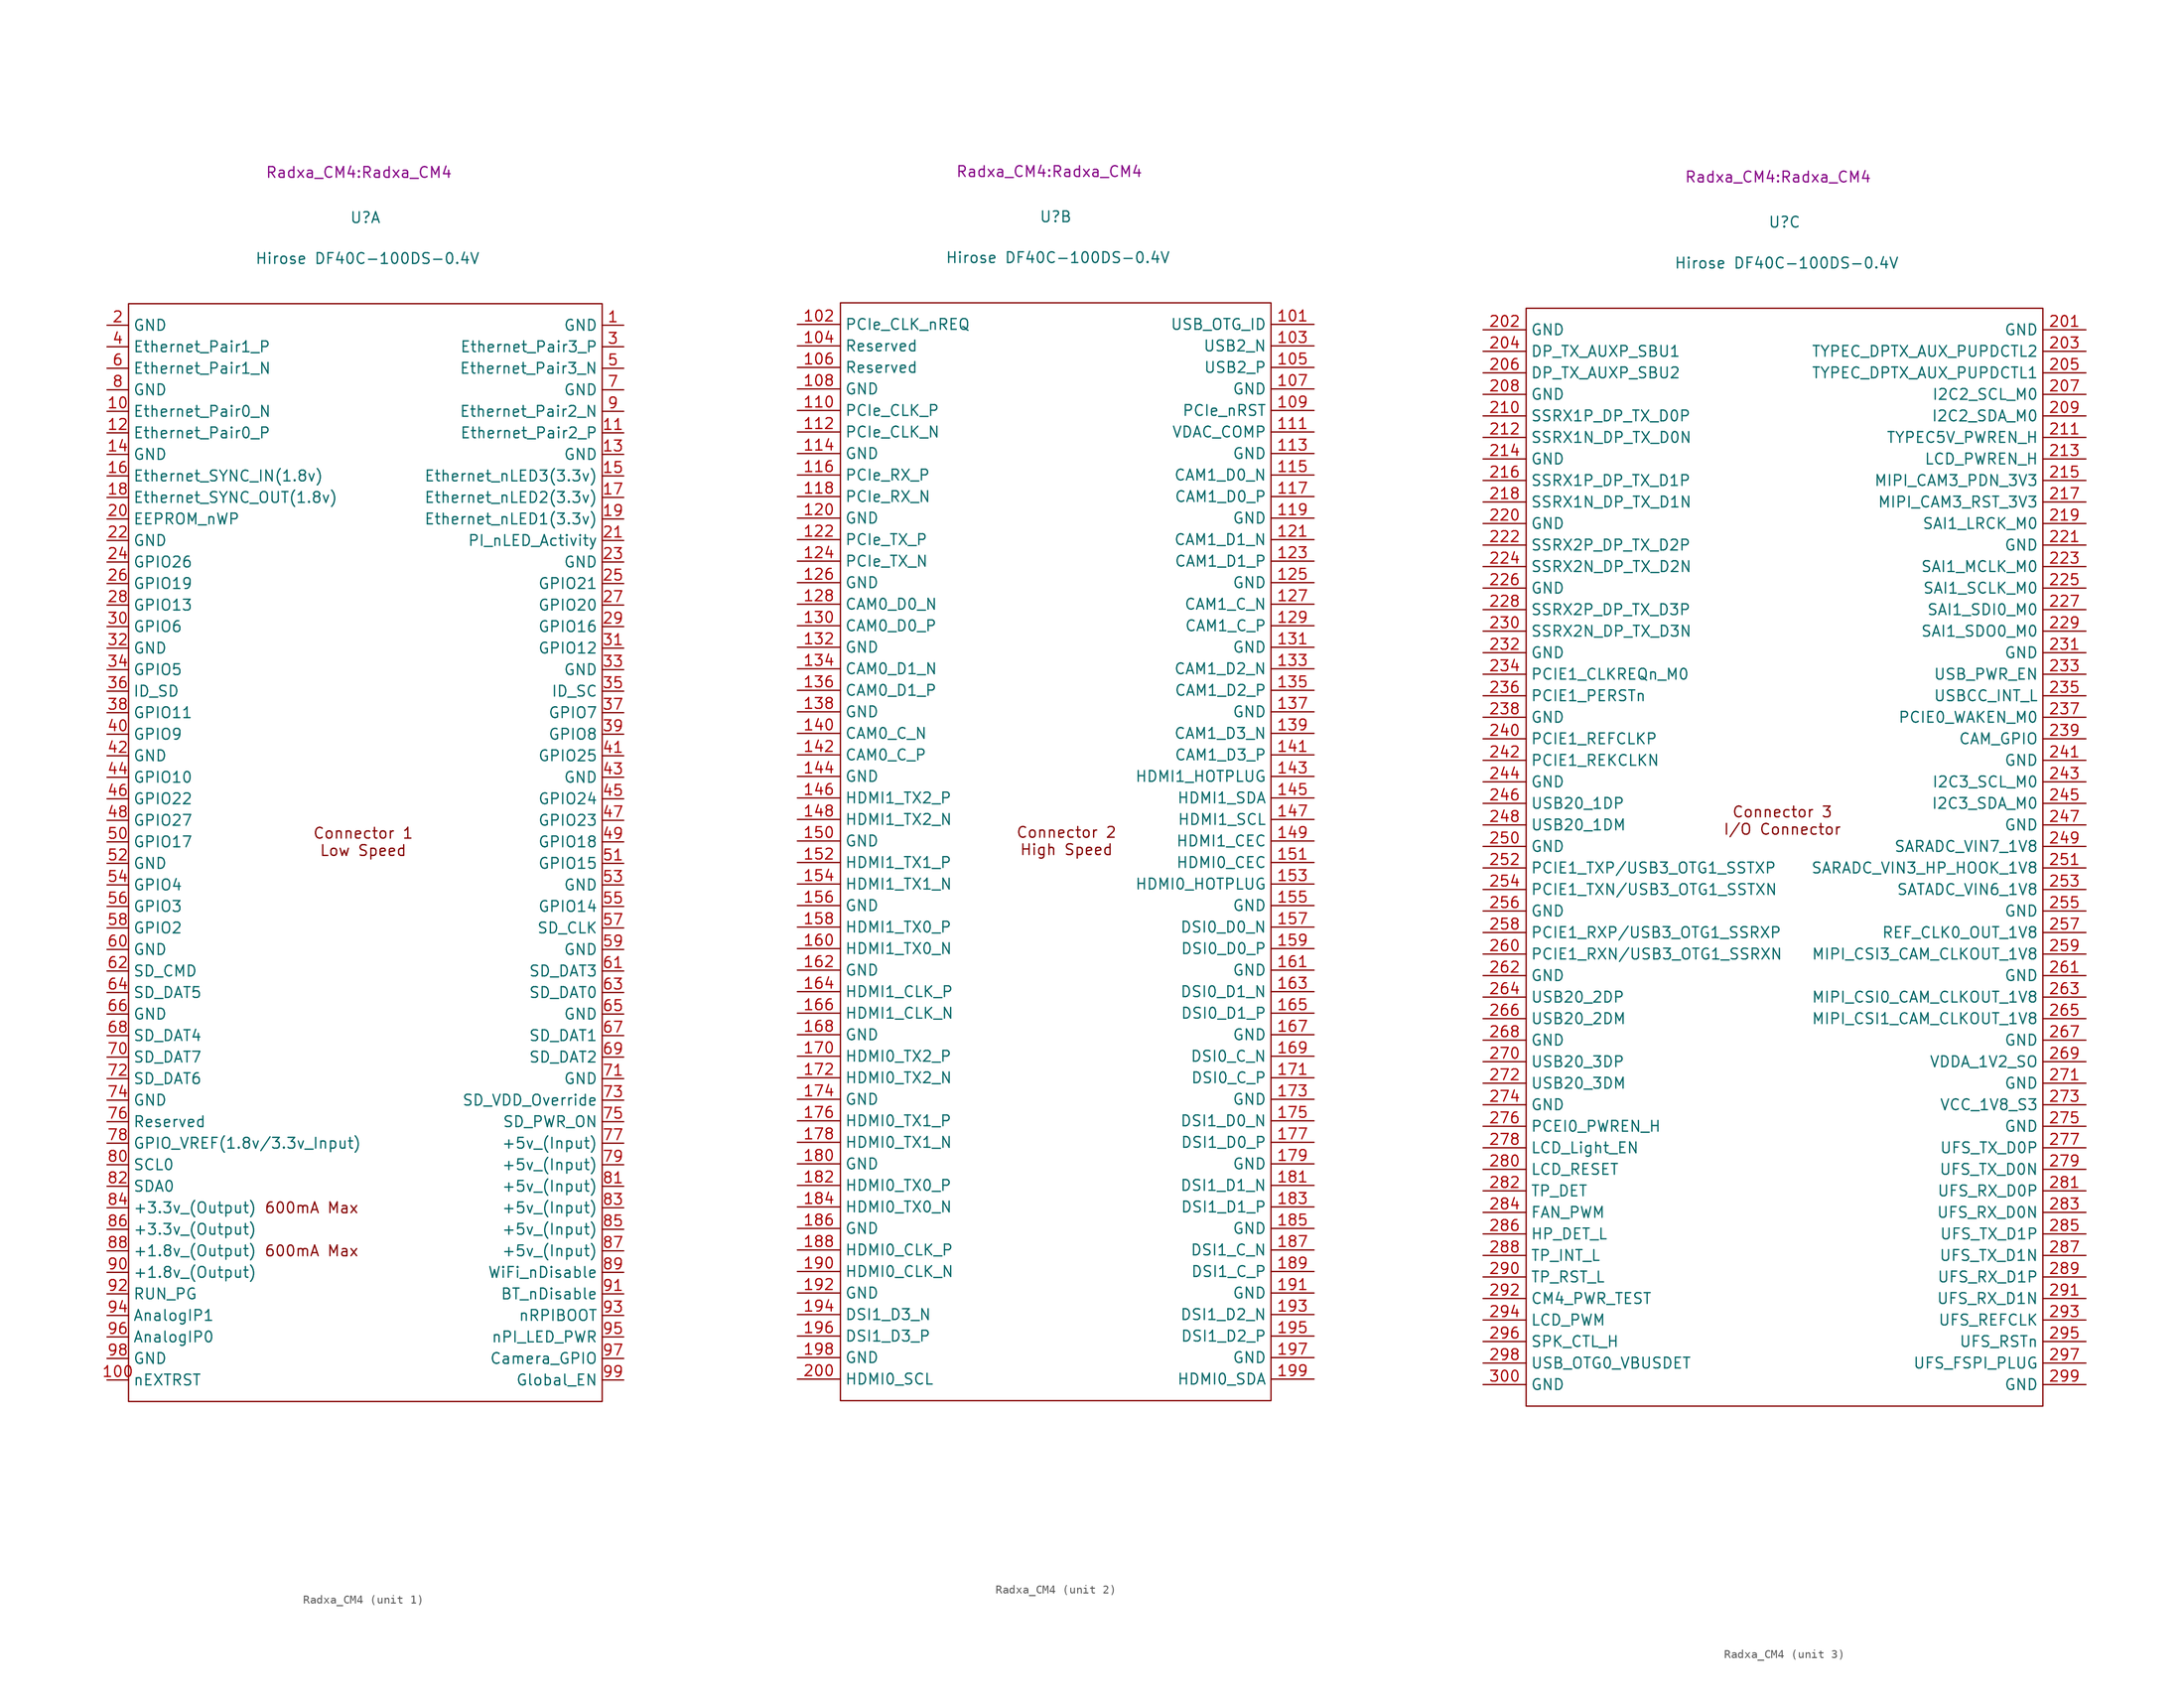
<source format=kicad_sym>
(kicad_symbol_lib
  (version 20241209)
  (generator "kicad_symbol_editor")
  (generator_version "9.0")
  (symbol "Radxa_CM4"
    (property "Reference" "U"
      (at 0 73.66 0)
      (effects (font (size 1.27 1.27))))
    (property "Value" "Hirose DF40C-100DS-0.4V"
      (at 0.254 68.834 0)
      (effects (font (size 1.27 1.27))))
    (property "Footprint" "Radxa_CM4:Radxa_CM4"
      (at -0.762 78.994 0)
      (effects (font (size 1.27 1.27))))
    (property "ki_locked" ""
      (at 0 0 0)
      (effects (font (size 1.27 1.27))))
    (symbol "Radxa_CM4_1_1"
      (rectangle (start -27.94 -66.04) (end 27.94 63.5) (stroke (width 0) (type default)) (fill (type none)))
      (text "600mA Max" (at -6.35 -43.18 0) (effects (font (size 1.27 1.27))))
      (text "600mA Max" (at -6.35 -48.26 0) (effects (font (size 1.27 1.27))))
      (text "Connector 1\nLow Speed" (at -0.254 0 0) (effects (font (size 1.27 1.27))))
      (text private "Note: Pin labels used are the same as Raspberry Pi CM4 module.\nPin out of Radxa CM4 is same as Radxa CM5." (at -0.254 -71.12 0) (effects (font (size 1.27 1.27))))
      (pin power_in line (at -30.48 60.96 0) (length 2.54) (name "GND" (effects (font (size 1.27 1.27)))) (number "2" (effects (font (size 1.27 1.27)))))
      (pin passive line (at -30.48 58.42 0) (length 2.54) (name "Ethernet_Pair1_P" (effects (font (size 1.27 1.27)))) (number "4" (effects (font (size 1.27 1.27)))))
      (pin passive line (at -30.48 55.88 0) (length 2.54) (name "Ethernet_Pair1_N" (effects (font (size 1.27 1.27)))) (number "6" (effects (font (size 1.27 1.27)))))
      (pin power_in line (at -30.48 53.34 0) (length 2.54) (name "GND" (effects (font (size 1.27 1.27)))) (number "8" (effects (font (size 1.27 1.27)))))
      (pin passive line (at -30.48 50.8 0) (length 2.54) (name "Ethernet_Pair0_N" (effects (font (size 1.27 1.27)))) (number "10" (effects (font (size 1.27 1.27)))))
      (pin passive line (at -30.48 48.26 0) (length 2.54) (name "Ethernet_Pair0_P" (effects (font (size 1.27 1.27)))) (number "12" (effects (font (size 1.27 1.27)))))
      (pin power_in line (at -30.48 45.72 0) (length 2.54) (name "GND" (effects (font (size 1.27 1.27)))) (number "14" (effects (font (size 1.27 1.27)))))
      (pin input line (at -30.48 43.18 0) (length 2.54) (name "Ethernet_SYNC_IN(1.8v)" (effects (font (size 1.27 1.27)))) (number "16" (effects (font (size 1.27 1.27)))))
      (pin input line (at -30.48 40.64 0) (length 2.54) (name "Ethernet_SYNC_OUT(1.8v)" (effects (font (size 1.27 1.27)))) (number "18" (effects (font (size 1.27 1.27)))))
      (pin passive line (at -30.48 38.1 0) (length 2.54) (name "EEPROM_nWP" (effects (font (size 1.27 1.27)))) (number "20" (effects (font (size 1.27 1.27)))))
      (pin power_in line (at -30.48 35.56 0) (length 2.54) (name "GND" (effects (font (size 1.27 1.27)))) (number "22" (effects (font (size 1.27 1.27)))))
      (pin passive line (at -30.48 33.02 0) (length 2.54) (name "GPIO26" (effects (font (size 1.27 1.27)))) (number "24" (effects (font (size 1.27 1.27)))))
      (pin passive line (at -30.48 30.48 0) (length 2.54) (name "GPIO19" (effects (font (size 1.27 1.27)))) (number "26" (effects (font (size 1.27 1.27)))))
      (pin passive line (at -30.48 27.94 0) (length 2.54) (name "GPIO13" (effects (font (size 1.27 1.27)))) (number "28" (effects (font (size 1.27 1.27)))))
      (pin passive line (at -30.48 25.4 0) (length 2.54) (name "GPIO6" (effects (font (size 1.27 1.27)))) (number "30" (effects (font (size 1.27 1.27)))))
      (pin power_in line (at -30.48 22.86 0) (length 2.54) (name "GND" (effects (font (size 1.27 1.27)))) (number "32" (effects (font (size 1.27 1.27)))))
      (pin passive line (at -30.48 20.32 0) (length 2.54) (name "GPIO5" (effects (font (size 1.27 1.27)))) (number "34" (effects (font (size 1.27 1.27)))))
      (pin passive line (at -30.48 17.78 0) (length 2.54) (name "ID_SD" (effects (font (size 1.27 1.27)))) (number "36" (effects (font (size 1.27 1.27)))))
      (pin passive line (at -30.48 15.24 0) (length 2.54) (name "GPIO11" (effects (font (size 1.27 1.27)))) (number "38" (effects (font (size 1.27 1.27)))))
      (pin passive line (at -30.48 12.7 0) (length 2.54) (name "GPIO9" (effects (font (size 1.27 1.27)))) (number "40" (effects (font (size 1.27 1.27)))))
      (pin power_in line (at -30.48 10.16 0) (length 2.54) (name "GND" (effects (font (size 1.27 1.27)))) (number "42" (effects (font (size 1.27 1.27)))))
      (pin passive line (at -30.48 7.62 0) (length 2.54) (name "GPIO10" (effects (font (size 1.27 1.27)))) (number "44" (effects (font (size 1.27 1.27)))))
      (pin passive line (at -30.48 5.08 0) (length 2.54) (name "GPIO22" (effects (font (size 1.27 1.27)))) (number "46" (effects (font (size 1.27 1.27)))))
      (pin passive line (at -30.48 2.54 0) (length 2.54) (name "GPIO27" (effects (font (size 1.27 1.27)))) (number "48" (effects (font (size 1.27 1.27)))))
      (pin passive line (at -30.48 0 0) (length 2.54) (name "GPIO17" (effects (font (size 1.27 1.27)))) (number "50" (effects (font (size 1.27 1.27)))))
      (pin power_in line (at -30.48 -2.54 0) (length 2.54) (name "GND" (effects (font (size 1.27 1.27)))) (number "52" (effects (font (size 1.27 1.27)))))
      (pin passive line (at -30.48 -5.08 0) (length 2.54) (name "GPIO4" (effects (font (size 1.27 1.27)))) (number "54" (effects (font (size 1.27 1.27)))))
      (pin passive line (at -30.48 -7.62 0) (length 2.54) (name "GPIO3" (effects (font (size 1.27 1.27)))) (number "56" (effects (font (size 1.27 1.27)))))
      (pin passive line (at -30.48 -10.16 0) (length 2.54) (name "GPIO2" (effects (font (size 1.27 1.27)))) (number "58" (effects (font (size 1.27 1.27)))))
      (pin power_in line (at -30.48 -12.7 0) (length 2.54) (name "GND" (effects (font (size 1.27 1.27)))) (number "60" (effects (font (size 1.27 1.27)))))
      (pin passive line (at -30.48 -15.24 0) (length 2.54) (name "SD_CMD" (effects (font (size 1.27 1.27)))) (number "62" (effects (font (size 1.27 1.27)))))
      (pin passive line (at -30.48 -17.78 0) (length 2.54) (name "SD_DAT5" (effects (font (size 1.27 1.27)))) (number "64" (effects (font (size 1.27 1.27)))))
      (pin power_in line (at -30.48 -20.32 0) (length 2.54) (name "GND" (effects (font (size 1.27 1.27)))) (number "66" (effects (font (size 1.27 1.27)))))
      (pin passive line (at -30.48 -22.86 0) (length 2.54) (name "SD_DAT4" (effects (font (size 1.27 1.27)))) (number "68" (effects (font (size 1.27 1.27)))))
      (pin passive line (at -30.48 -25.4 0) (length 2.54) (name "SD_DAT7" (effects (font (size 1.27 1.27)))) (number "70" (effects (font (size 1.27 1.27)))))
      (pin passive line (at -30.48 -27.94 0) (length 2.54) (name "SD_DAT6" (effects (font (size 1.27 1.27)))) (number "72" (effects (font (size 1.27 1.27)))))
      (pin power_in line (at -30.48 -30.48 0) (length 2.54) (name "GND" (effects (font (size 1.27 1.27)))) (number "74" (effects (font (size 1.27 1.27)))))
      (pin passive line (at -30.48 -33.02 0) (length 2.54) (name "Reserved" (effects (font (size 1.27 1.27)))) (number "76" (effects (font (size 1.27 1.27)))))
      (pin power_in line (at -30.48 -35.56 0) (length 2.54) (name "GPIO_VREF(1.8v/3.3v_Input)" (effects (font (size 1.27 1.27)))) (number "78" (effects (font (size 1.27 1.27)))))
      (pin passive line (at -30.48 -38.1 0) (length 2.54) (name "SCL0" (effects (font (size 1.27 1.27)))) (number "80" (effects (font (size 1.27 1.27)))))
      (pin passive line (at -30.48 -40.64 0) (length 2.54) (name "SDA0" (effects (font (size 1.27 1.27)))) (number "82" (effects (font (size 1.27 1.27)))))
      (pin power_out line (at -30.48 -43.18 0) (length 2.54) (name "+3.3v_(Output)" (effects (font (size 1.27 1.27)))) (number "84" (effects (font (size 1.27 1.27)))))
      (pin power_out line (at -30.48 -45.72 0) (length 2.54) (name "+3.3v_(Output)" (effects (font (size 1.27 1.27)))) (number "86" (effects (font (size 1.27 1.27)))))
      (pin power_out line (at -30.48 -48.26 0) (length 2.54) (name "+1.8v_(Output)" (effects (font (size 1.27 1.27)))) (number "88" (effects (font (size 1.27 1.27)))))
      (pin power_out line (at -30.48 -50.8 0) (length 2.54) (name "+1.8v_(Output)" (effects (font (size 1.27 1.27)))) (number "90" (effects (font (size 1.27 1.27)))))
      (pin passive line (at -30.48 -53.34 0) (length 2.54) (name "RUN_PG" (effects (font (size 1.27 1.27)))) (number "92" (effects (font (size 1.27 1.27)))))
      (pin passive line (at -30.48 -55.88 0) (length 2.54) (name "AnalogIP1" (effects (font (size 1.27 1.27)))) (number "94" (effects (font (size 1.27 1.27)))))
      (pin passive line (at -30.48 -58.42 0) (length 2.54) (name "AnalogIP0" (effects (font (size 1.27 1.27)))) (number "96" (effects (font (size 1.27 1.27)))))
      (pin power_in line (at -30.48 -60.96 0) (length 2.54) (name "GND" (effects (font (size 1.27 1.27)))) (number "98" (effects (font (size 1.27 1.27)))))
      (pin output line (at -30.48 -63.5 0) (length 2.54) (name "nEXTRST" (effects (font (size 1.27 1.27)))) (number "100" (effects (font (size 1.27 1.27)))))
      (pin power_in line (at 30.48 60.96 180) (length 2.54) (name "GND" (effects (font (size 1.27 1.27)))) (number "1" (effects (font (size 1.27 1.27)))))
      (pin passive line (at 30.48 58.42 180) (length 2.54) (name "Ethernet_Pair3_P" (effects (font (size 1.27 1.27)))) (number "3" (effects (font (size 1.27 1.27)))))
      (pin passive line (at 30.48 55.88 180) (length 2.54) (name "Ethernet_Pair3_N" (effects (font (size 1.27 1.27)))) (number "5" (effects (font (size 1.27 1.27)))))
      (pin power_in line (at 30.48 53.34 180) (length 2.54) (name "GND" (effects (font (size 1.27 1.27)))) (number "7" (effects (font (size 1.27 1.27)))))
      (pin passive line (at 30.48 50.8 180) (length 2.54) (name "Ethernet_Pair2_N" (effects (font (size 1.27 1.27)))) (number "9" (effects (font (size 1.27 1.27)))))
      (pin passive line (at 30.48 48.26 180) (length 2.54) (name "Ethernet_Pair2_P" (effects (font (size 1.27 1.27)))) (number "11" (effects (font (size 1.27 1.27)))))
      (pin power_in line (at 30.48 45.72 180) (length 2.54) (name "GND" (effects (font (size 1.27 1.27)))) (number "13" (effects (font (size 1.27 1.27)))))
      (pin output line (at 30.48 43.18 180) (length 2.54) (name "Ethernet_nLED3(3.3v)" (effects (font (size 1.27 1.27)))) (number "15" (effects (font (size 1.27 1.27)))))
      (pin output line (at 30.48 40.64 180) (length 2.54) (name "Ethernet_nLED2(3.3v)" (effects (font (size 1.27 1.27)))) (number "17" (effects (font (size 1.27 1.27)))))
      (pin output line (at 30.48 38.1 180) (length 2.54) (name "Ethernet_nLED1(3.3v)" (effects (font (size 1.27 1.27)))) (number "19" (effects (font (size 1.27 1.27)))))
      (pin open_collector line (at 30.48 35.56 180) (length 2.54) (name "PI_nLED_Activity" (effects (font (size 1.27 1.27)))) (number "21" (effects (font (size 1.27 1.27)))))
      (pin power_in line (at 30.48 33.02 180) (length 2.54) (name "GND" (effects (font (size 1.27 1.27)))) (number "23" (effects (font (size 1.27 1.27)))))
      (pin passive line (at 30.48 30.48 180) (length 2.54) (name "GPIO21" (effects (font (size 1.27 1.27)))) (number "25" (effects (font (size 1.27 1.27)))))
      (pin passive line (at 30.48 27.94 180) (length 2.54) (name "GPIO20" (effects (font (size 1.27 1.27)))) (number "27" (effects (font (size 1.27 1.27)))))
      (pin passive line (at 30.48 25.4 180) (length 2.54) (name "GPIO16" (effects (font (size 1.27 1.27)))) (number "29" (effects (font (size 1.27 1.27)))))
      (pin passive line (at 30.48 22.86 180) (length 2.54) (name "GPIO12" (effects (font (size 1.27 1.27)))) (number "31" (effects (font (size 1.27 1.27)))))
      (pin power_in line (at 30.48 20.32 180) (length 2.54) (name "GND" (effects (font (size 1.27 1.27)))) (number "33" (effects (font (size 1.27 1.27)))))
      (pin passive line (at 30.48 17.78 180) (length 2.54) (name "ID_SC" (effects (font (size 1.27 1.27)))) (number "35" (effects (font (size 1.27 1.27)))))
      (pin passive line (at 30.48 15.24 180) (length 2.54) (name "GPIO7" (effects (font (size 1.27 1.27)))) (number "37" (effects (font (size 1.27 1.27)))))
      (pin passive line (at 30.48 12.7 180) (length 2.54) (name "GPIO8" (effects (font (size 1.27 1.27)))) (number "39" (effects (font (size 1.27 1.27)))))
      (pin passive line (at 30.48 10.16 180) (length 2.54) (name "GPIO25" (effects (font (size 1.27 1.27)))) (number "41" (effects (font (size 1.27 1.27)))))
      (pin power_in line (at 30.48 7.62 180) (length 2.54) (name "GND" (effects (font (size 1.27 1.27)))) (number "43" (effects (font (size 1.27 1.27)))))
      (pin passive line (at 30.48 5.08 180) (length 2.54) (name "GPIO24" (effects (font (size 1.27 1.27)))) (number "45" (effects (font (size 1.27 1.27)))))
      (pin passive line (at 30.48 2.54 180) (length 2.54) (name "GPIO23" (effects (font (size 1.27 1.27)))) (number "47" (effects (font (size 1.27 1.27)))))
      (pin passive line (at 30.48 0 180) (length 2.54) (name "GPIO18" (effects (font (size 1.27 1.27)))) (number "49" (effects (font (size 1.27 1.27)))))
      (pin passive line (at 30.48 -2.54 180) (length 2.54) (name "GPIO15" (effects (font (size 1.27 1.27)))) (number "51" (effects (font (size 1.27 1.27)))))
      (pin power_in line (at 30.48 -5.08 180) (length 2.54) (name "GND" (effects (font (size 1.27 1.27)))) (number "53" (effects (font (size 1.27 1.27)))))
      (pin passive line (at 30.48 -7.62 180) (length 2.54) (name "GPIO14" (effects (font (size 1.27 1.27)))) (number "55" (effects (font (size 1.27 1.27)))))
      (pin passive line (at 30.48 -10.16 180) (length 2.54) (name "SD_CLK" (effects (font (size 1.27 1.27)))) (number "57" (effects (font (size 1.27 1.27)))))
      (pin power_in line (at 30.48 -12.7 180) (length 2.54) (name "GND" (effects (font (size 1.27 1.27)))) (number "59" (effects (font (size 1.27 1.27)))))
      (pin passive line (at 30.48 -15.24 180) (length 2.54) (name "SD_DAT3" (effects (font (size 1.27 1.27)))) (number "61" (effects (font (size 1.27 1.27)))))
      (pin passive line (at 30.48 -17.78 180) (length 2.54) (name "SD_DAT0" (effects (font (size 1.27 1.27)))) (number "63" (effects (font (size 1.27 1.27)))))
      (pin power_in line (at 30.48 -20.32 180) (length 2.54) (name "GND" (effects (font (size 1.27 1.27)))) (number "65" (effects (font (size 1.27 1.27)))))
      (pin passive line (at 30.48 -22.86 180) (length 2.54) (name "SD_DAT1" (effects (font (size 1.27 1.27)))) (number "67" (effects (font (size 1.27 1.27)))))
      (pin passive line (at 30.48 -25.4 180) (length 2.54) (name "SD_DAT2" (effects (font (size 1.27 1.27)))) (number "69" (effects (font (size 1.27 1.27)))))
      (pin power_in line (at 30.48 -27.94 180) (length 2.54) (name "GND" (effects (font (size 1.27 1.27)))) (number "71" (effects (font (size 1.27 1.27)))))
      (pin input line (at 30.48 -30.48 180) (length 2.54) (name "SD_VDD_Override" (effects (font (size 1.27 1.27)))) (number "73" (effects (font (size 1.27 1.27)))))
      (pin output line (at 30.48 -33.02 180) (length 2.54) (name "SD_PWR_ON" (effects (font (size 1.27 1.27)))) (number "75" (effects (font (size 1.27 1.27)))))
      (pin power_in line (at 30.48 -35.56 180) (length 2.54) (name "+5v_(Input)" (effects (font (size 1.27 1.27)))) (number "77" (effects (font (size 1.27 1.27)))))
      (pin power_in line (at 30.48 -38.1 180) (length 2.54) (name "+5v_(Input)" (effects (font (size 1.27 1.27)))) (number "79" (effects (font (size 1.27 1.27)))))
      (pin power_in line (at 30.48 -40.64 180) (length 2.54) (name "+5v_(Input)" (effects (font (size 1.27 1.27)))) (number "81" (effects (font (size 1.27 1.27)))))
      (pin power_in line (at 30.48 -43.18 180) (length 2.54) (name "+5v_(Input)" (effects (font (size 1.27 1.27)))) (number "83" (effects (font (size 1.27 1.27)))))
      (pin power_in line (at 30.48 -45.72 180) (length 2.54) (name "+5v_(Input)" (effects (font (size 1.27 1.27)))) (number "85" (effects (font (size 1.27 1.27)))))
      (pin power_in line (at 30.48 -48.26 180) (length 2.54) (name "+5v_(Input)" (effects (font (size 1.27 1.27)))) (number "87" (effects (font (size 1.27 1.27)))))
      (pin power_in line (at 30.48 -50.8 180) (length 2.54) (name "WiFi_nDisable" (effects (font (size 1.27 1.27)))) (number "89" (effects (font (size 1.27 1.27)))))
      (pin power_in line (at 30.48 -53.34 180) (length 2.54) (name "BT_nDisable" (effects (font (size 1.27 1.27)))) (number "91" (effects (font (size 1.27 1.27)))))
      (pin input line (at 30.48 -55.88 180) (length 2.54) (name "nRPIBOOT" (effects (font (size 1.27 1.27)))) (number "93" (effects (font (size 1.27 1.27)))))
      (pin output line (at 30.48 -58.42 180) (length 2.54) (name "nPI_LED_PWR" (effects (font (size 1.27 1.27)))) (number "95" (effects (font (size 1.27 1.27)))))
      (pin passive line (at 30.48 -60.96 180) (length 2.54) (name "Camera_GPIO" (effects (font (size 1.27 1.27)))) (number "97" (effects (font (size 1.27 1.27)))))
      (pin input line (at 30.48 -63.5 180) (length 2.54) (name "Global_EN" (effects (font (size 1.27 1.27)))) (number "99" (effects (font (size 1.27 1.27))))))
    (symbol "Radxa_CM4_2_1"
      (rectangle (start -25.4 -66.04) (end 25.4 63.5) (stroke (width 0) (type default)) (fill (type none)))
      (text private "Note: Pin labels used are the same as Raspberry Pi CM4 module.\nPin out of Radxa CM4 is same as Radxa CM5.\n" (at 0 -70.104 0) (effects (font (size 1.27 1.27))))
      (text "Connector 2\nHigh Speed" (at 1.27 0 0) (effects (font (size 1.27 1.27))))
      (pin input line (at -30.48 60.96 0) (length 5.08) (name "PCIe_CLK_nREQ" (effects (font (size 1.27 1.27)))) (number "102" (effects (font (size 1.27 1.27)))))
      (pin passive line (at -30.48 58.42 0) (length 5.08) (name "Reserved" (effects (font (size 1.27 1.27)))) (number "104" (effects (font (size 1.27 1.27)))))
      (pin passive line (at -30.48 55.88 0) (length 5.08) (name "Reserved" (effects (font (size 1.27 1.27)))) (number "106" (effects (font (size 1.27 1.27)))))
      (pin power_in line (at -30.48 53.34 0) (length 5.08) (name "GND" (effects (font (size 1.27 1.27)))) (number "108" (effects (font (size 1.27 1.27)))))
      (pin output line (at -30.48 50.8 0) (length 5.08) (name "PCIe_CLK_P" (effects (font (size 1.27 1.27)))) (number "110" (effects (font (size 1.27 1.27)))))
      (pin output line (at -30.48 48.26 0) (length 5.08) (name "PCIe_CLK_N" (effects (font (size 1.27 1.27)))) (number "112" (effects (font (size 1.27 1.27)))))
      (pin power_in line (at -30.48 45.72 0) (length 5.08) (name "GND" (effects (font (size 1.27 1.27)))) (number "114" (effects (font (size 1.27 1.27)))))
      (pin input line (at -30.48 43.18 0) (length 5.08) (name "PCIe_RX_P" (effects (font (size 1.27 1.27)))) (number "116" (effects (font (size 1.27 1.27)))))
      (pin input line (at -30.48 40.64 0) (length 5.08) (name "PCIe_RX_N" (effects (font (size 1.27 1.27)))) (number "118" (effects (font (size 1.27 1.27)))))
      (pin power_in line (at -30.48 38.1 0) (length 5.08) (name "GND" (effects (font (size 1.27 1.27)))) (number "120" (effects (font (size 1.27 1.27)))))
      (pin output line (at -30.48 35.56 0) (length 5.08) (name "PCIe_TX_P" (effects (font (size 1.27 1.27)))) (number "122" (effects (font (size 1.27 1.27)))))
      (pin output line (at -30.48 33.02 0) (length 5.08) (name "PCIe_TX_N" (effects (font (size 1.27 1.27)))) (number "124" (effects (font (size 1.27 1.27)))))
      (pin power_in line (at -30.48 30.48 0) (length 5.08) (name "GND" (effects (font (size 1.27 1.27)))) (number "126" (effects (font (size 1.27 1.27)))))
      (pin input line (at -30.48 27.94 0) (length 5.08) (name "CAM0_D0_N" (effects (font (size 1.27 1.27)))) (number "128" (effects (font (size 1.27 1.27)))))
      (pin input line (at -30.48 25.4 0) (length 5.08) (name "CAM0_D0_P" (effects (font (size 1.27 1.27)))) (number "130" (effects (font (size 1.27 1.27)))))
      (pin power_in line (at -30.48 22.86 0) (length 5.08) (name "GND" (effects (font (size 1.27 1.27)))) (number "132" (effects (font (size 1.27 1.27)))))
      (pin input line (at -30.48 20.32 0) (length 5.08) (name "CAM0_D1_N" (effects (font (size 1.27 1.27)))) (number "134" (effects (font (size 1.27 1.27)))))
      (pin input line (at -30.48 17.78 0) (length 5.08) (name "CAM0_D1_P" (effects (font (size 1.27 1.27)))) (number "136" (effects (font (size 1.27 1.27)))))
      (pin power_in line (at -30.48 15.24 0) (length 5.08) (name "GND" (effects (font (size 1.27 1.27)))) (number "138" (effects (font (size 1.27 1.27)))))
      (pin input line (at -30.48 12.7 0) (length 5.08) (name "CAM0_C_N" (effects (font (size 1.27 1.27)))) (number "140" (effects (font (size 1.27 1.27)))))
      (pin input line (at -30.48 10.16 0) (length 5.08) (name "CAM0_C_P" (effects (font (size 1.27 1.27)))) (number "142" (effects (font (size 1.27 1.27)))))
      (pin power_in line (at -30.48 7.62 0) (length 5.08) (name "GND" (effects (font (size 1.27 1.27)))) (number "144" (effects (font (size 1.27 1.27)))))
      (pin output line (at -30.48 5.08 0) (length 5.08) (name "HDMI1_TX2_P" (effects (font (size 1.27 1.27)))) (number "146" (effects (font (size 1.27 1.27)))))
      (pin output line (at -30.48 2.54 0) (length 5.08) (name "HDMI1_TX2_N" (effects (font (size 1.27 1.27)))) (number "148" (effects (font (size 1.27 1.27)))))
      (pin power_in line (at -30.48 0 0) (length 5.08) (name "GND" (effects (font (size 1.27 1.27)))) (number "150" (effects (font (size 1.27 1.27)))))
      (pin output line (at -30.48 -2.54 0) (length 5.08) (name "HDMI1_TX1_P" (effects (font (size 1.27 1.27)))) (number "152" (effects (font (size 1.27 1.27)))))
      (pin output line (at -30.48 -5.08 0) (length 5.08) (name "HDMI1_TX1_N" (effects (font (size 1.27 1.27)))) (number "154" (effects (font (size 1.27 1.27)))))
      (pin power_in line (at -30.48 -7.62 0) (length 5.08) (name "GND" (effects (font (size 1.27 1.27)))) (number "156" (effects (font (size 1.27 1.27)))))
      (pin output line (at -30.48 -10.16 0) (length 5.08) (name "HDMI1_TX0_P" (effects (font (size 1.27 1.27)))) (number "158" (effects (font (size 1.27 1.27)))))
      (pin output line (at -30.48 -12.7 0) (length 5.08) (name "HDMI1_TX0_N" (effects (font (size 1.27 1.27)))) (number "160" (effects (font (size 1.27 1.27)))))
      (pin power_in line (at -30.48 -15.24 0) (length 5.08) (name "GND" (effects (font (size 1.27 1.27)))) (number "162" (effects (font (size 1.27 1.27)))))
      (pin output line (at -30.48 -17.78 0) (length 5.08) (name "HDMI1_CLK_P" (effects (font (size 1.27 1.27)))) (number "164" (effects (font (size 1.27 1.27)))))
      (pin output line (at -30.48 -20.32 0) (length 5.08) (name "HDMI1_CLK_N" (effects (font (size 1.27 1.27)))) (number "166" (effects (font (size 1.27 1.27)))))
      (pin power_in line (at -30.48 -22.86 0) (length 5.08) (name "GND" (effects (font (size 1.27 1.27)))) (number "168" (effects (font (size 1.27 1.27)))))
      (pin output line (at -30.48 -25.4 0) (length 5.08) (name "HDMI0_TX2_P" (effects (font (size 1.27 1.27)))) (number "170" (effects (font (size 1.27 1.27)))))
      (pin output line (at -30.48 -27.94 0) (length 5.08) (name "HDMI0_TX2_N" (effects (font (size 1.27 1.27)))) (number "172" (effects (font (size 1.27 1.27)))))
      (pin power_in line (at -30.48 -30.48 0) (length 5.08) (name "GND" (effects (font (size 1.27 1.27)))) (number "174" (effects (font (size 1.27 1.27)))))
      (pin output line (at -30.48 -33.02 0) (length 5.08) (name "HDMI0_TX1_P" (effects (font (size 1.27 1.27)))) (number "176" (effects (font (size 1.27 1.27)))))
      (pin output line (at -30.48 -35.56 0) (length 5.08) (name "HDMI0_TX1_N" (effects (font (size 1.27 1.27)))) (number "178" (effects (font (size 1.27 1.27)))))
      (pin power_in line (at -30.48 -38.1 0) (length 5.08) (name "GND" (effects (font (size 1.27 1.27)))) (number "180" (effects (font (size 1.27 1.27)))))
      (pin output line (at -30.48 -40.64 0) (length 5.08) (name "HDMI0_TX0_P" (effects (font (size 1.27 1.27)))) (number "182" (effects (font (size 1.27 1.27)))))
      (pin output line (at -30.48 -43.18 0) (length 5.08) (name "HDMI0_TX0_N" (effects (font (size 1.27 1.27)))) (number "184" (effects (font (size 1.27 1.27)))))
      (pin power_in line (at -30.48 -45.72 0) (length 5.08) (name "GND" (effects (font (size 1.27 1.27)))) (number "186" (effects (font (size 1.27 1.27)))))
      (pin output line (at -30.48 -48.26 0) (length 5.08) (name "HDMI0_CLK_P" (effects (font (size 1.27 1.27)))) (number "188" (effects (font (size 1.27 1.27)))))
      (pin output line (at -30.48 -50.8 0) (length 5.08) (name "HDMI0_CLK_N" (effects (font (size 1.27 1.27)))) (number "190" (effects (font (size 1.27 1.27)))))
      (pin power_in line (at -30.48 -53.34 0) (length 5.08) (name "GND" (effects (font (size 1.27 1.27)))) (number "192" (effects (font (size 1.27 1.27)))))
      (pin output line (at -30.48 -55.88 0) (length 5.08) (name "DSI1_D3_N" (effects (font (size 1.27 1.27)))) (number "194" (effects (font (size 1.27 1.27)))))
      (pin output line (at -30.48 -58.42 0) (length 5.08) (name "DSI1_D3_P" (effects (font (size 1.27 1.27)))) (number "196" (effects (font (size 1.27 1.27)))))
      (pin power_in line (at -30.48 -60.96 0) (length 5.08) (name "GND" (effects (font (size 1.27 1.27)))) (number "198" (effects (font (size 1.27 1.27)))))
      (pin open_collector line (at -30.48 -63.5 0) (length 5.08) (name "HDMI0_SCL" (effects (font (size 1.27 1.27)))) (number "200" (effects (font (size 1.27 1.27)))))
      (pin input line (at 30.48 60.96 180) (length 5.08) (name "USB_OTG_ID" (effects (font (size 1.27 1.27)))) (number "101" (effects (font (size 1.27 1.27)))))
      (pin passive line (at 30.48 58.42 180) (length 5.08) (name "USB2_N" (effects (font (size 1.27 1.27)))) (number "103" (effects (font (size 1.27 1.27)))))
      (pin passive line (at 30.48 55.88 180) (length 5.08) (name "USB2_P" (effects (font (size 1.27 1.27)))) (number "105" (effects (font (size 1.27 1.27)))))
      (pin power_in line (at 30.48 53.34 180) (length 5.08) (name "GND" (effects (font (size 1.27 1.27)))) (number "107" (effects (font (size 1.27 1.27)))))
      (pin bidirectional line (at 30.48 50.8 180) (length 5.08) (name "PCIe_nRST" (effects (font (size 1.27 1.27)))) (number "109" (effects (font (size 1.27 1.27)))))
      (pin passive line (at 30.48 48.26 180) (length 5.08) (name "VDAC_COMP" (effects (font (size 1.27 1.27)))) (number "111" (effects (font (size 1.27 1.27)))))
      (pin power_in line (at 30.48 45.72 180) (length 5.08) (name "GND" (effects (font (size 1.27 1.27)))) (number "113" (effects (font (size 1.27 1.27)))))
      (pin input line (at 30.48 43.18 180) (length 5.08) (name "CAM1_D0_N" (effects (font (size 1.27 1.27)))) (number "115" (effects (font (size 1.27 1.27)))))
      (pin input line (at 30.48 40.64 180) (length 5.08) (name "CAM1_D0_P" (effects (font (size 1.27 1.27)))) (number "117" (effects (font (size 1.27 1.27)))))
      (pin power_in line (at 30.48 38.1 180) (length 5.08) (name "GND" (effects (font (size 1.27 1.27)))) (number "119" (effects (font (size 1.27 1.27)))))
      (pin input line (at 30.48 35.56 180) (length 5.08) (name "CAM1_D1_N" (effects (font (size 1.27 1.27)))) (number "121" (effects (font (size 1.27 1.27)))))
      (pin input line (at 30.48 33.02 180) (length 5.08) (name "CAM1_D1_P" (effects (font (size 1.27 1.27)))) (number "123" (effects (font (size 1.27 1.27)))))
      (pin power_in line (at 30.48 30.48 180) (length 5.08) (name "GND" (effects (font (size 1.27 1.27)))) (number "125" (effects (font (size 1.27 1.27)))))
      (pin input line (at 30.48 27.94 180) (length 5.08) (name "CAM1_C_N" (effects (font (size 1.27 1.27)))) (number "127" (effects (font (size 1.27 1.27)))))
      (pin input line (at 30.48 25.4 180) (length 5.08) (name "CAM1_C_P" (effects (font (size 1.27 1.27)))) (number "129" (effects (font (size 1.27 1.27)))))
      (pin power_in line (at 30.48 22.86 180) (length 5.08) (name "GND" (effects (font (size 1.27 1.27)))) (number "131" (effects (font (size 1.27 1.27)))))
      (pin input line (at 30.48 20.32 180) (length 5.08) (name "CAM1_D2_N" (effects (font (size 1.27 1.27)))) (number "133" (effects (font (size 1.27 1.27)))))
      (pin input line (at 30.48 17.78 180) (length 5.08) (name "CAM1_D2_P" (effects (font (size 1.27 1.27)))) (number "135" (effects (font (size 1.27 1.27)))))
      (pin power_in line (at 30.48 15.24 180) (length 5.08) (name "GND" (effects (font (size 1.27 1.27)))) (number "137" (effects (font (size 1.27 1.27)))))
      (pin input line (at 30.48 12.7 180) (length 5.08) (name "CAM1_D3_N" (effects (font (size 1.27 1.27)))) (number "139" (effects (font (size 1.27 1.27)))))
      (pin input line (at 30.48 10.16 180) (length 5.08) (name "CAM1_D3_P" (effects (font (size 1.27 1.27)))) (number "141" (effects (font (size 1.27 1.27)))))
      (pin input line (at 30.48 7.62 180) (length 5.08) (name "HDMI1_HOTPLUG" (effects (font (size 1.27 1.27)))) (number "143" (effects (font (size 1.27 1.27)))))
      (pin bidirectional line (at 30.48 5.08 180) (length 5.08) (name "HDMI1_SDA" (effects (font (size 1.27 1.27)))) (number "145" (effects (font (size 1.27 1.27)))))
      (pin open_collector line (at 30.48 2.54 180) (length 5.08) (name "HDMI1_SCL" (effects (font (size 1.27 1.27)))) (number "147" (effects (font (size 1.27 1.27)))))
      (pin open_collector line (at 30.48 0 180) (length 5.08) (name "HDMI1_CEC" (effects (font (size 1.27 1.27)))) (number "149" (effects (font (size 1.27 1.27)))))
      (pin open_collector line (at 30.48 -2.54 180) (length 5.08) (name "HDMI0_CEC" (effects (font (size 1.27 1.27)))) (number "151" (effects (font (size 1.27 1.27)))))
      (pin input line (at 30.48 -5.08 180) (length 5.08) (name "HDMI0_HOTPLUG" (effects (font (size 1.27 1.27)))) (number "153" (effects (font (size 1.27 1.27)))))
      (pin power_in line (at 30.48 -7.62 180) (length 5.08) (name "GND" (effects (font (size 1.27 1.27)))) (number "155" (effects (font (size 1.27 1.27)))))
      (pin output line (at 30.48 -10.16 180) (length 5.08) (name "DSI0_D0_N" (effects (font (size 1.27 1.27)))) (number "157" (effects (font (size 1.27 1.27)))))
      (pin output line (at 30.48 -12.7 180) (length 5.08) (name "DSI0_D0_P" (effects (font (size 1.27 1.27)))) (number "159" (effects (font (size 1.27 1.27)))))
      (pin power_in line (at 30.48 -15.24 180) (length 5.08) (name "GND" (effects (font (size 1.27 1.27)))) (number "161" (effects (font (size 1.27 1.27)))))
      (pin output line (at 30.48 -17.78 180) (length 5.08) (name "DSI0_D1_N" (effects (font (size 1.27 1.27)))) (number "163" (effects (font (size 1.27 1.27)))))
      (pin output line (at 30.48 -20.32 180) (length 5.08) (name "DSI0_D1_P" (effects (font (size 1.27 1.27)))) (number "165" (effects (font (size 1.27 1.27)))))
      (pin power_in line (at 30.48 -22.86 180) (length 5.08) (name "GND" (effects (font (size 1.27 1.27)))) (number "167" (effects (font (size 1.27 1.27)))))
      (pin output line (at 30.48 -25.4 180) (length 5.08) (name "DSI0_C_N" (effects (font (size 1.27 1.27)))) (number "169" (effects (font (size 1.27 1.27)))))
      (pin output line (at 30.48 -27.94 180) (length 5.08) (name "DSI0_C_P" (effects (font (size 1.27 1.27)))) (number "171" (effects (font (size 1.27 1.27)))))
      (pin power_in line (at 30.48 -30.48 180) (length 5.08) (name "GND" (effects (font (size 1.27 1.27)))) (number "173" (effects (font (size 1.27 1.27)))))
      (pin output line (at 30.48 -33.02 180) (length 5.08) (name "DSI1_D0_N" (effects (font (size 1.27 1.27)))) (number "175" (effects (font (size 1.27 1.27)))))
      (pin output line (at 30.48 -35.56 180) (length 5.08) (name "DSI1_D0_P" (effects (font (size 1.27 1.27)))) (number "177" (effects (font (size 1.27 1.27)))))
      (pin power_in line (at 30.48 -38.1 180) (length 5.08) (name "GND" (effects (font (size 1.27 1.27)))) (number "179" (effects (font (size 1.27 1.27)))))
      (pin output line (at 30.48 -40.64 180) (length 5.08) (name "DSI1_D1_N" (effects (font (size 1.27 1.27)))) (number "181" (effects (font (size 1.27 1.27)))))
      (pin output line (at 30.48 -43.18 180) (length 5.08) (name "DSI1_D1_P" (effects (font (size 1.27 1.27)))) (number "183" (effects (font (size 1.27 1.27)))))
      (pin power_in line (at 30.48 -45.72 180) (length 5.08) (name "GND" (effects (font (size 1.27 1.27)))) (number "185" (effects (font (size 1.27 1.27)))))
      (pin output line (at 30.48 -48.26 180) (length 5.08) (name "DSI1_C_N" (effects (font (size 1.27 1.27)))) (number "187" (effects (font (size 1.27 1.27)))))
      (pin output line (at 30.48 -50.8 180) (length 5.08) (name "DSI1_C_P" (effects (font (size 1.27 1.27)))) (number "189" (effects (font (size 1.27 1.27)))))
      (pin power_in line (at 30.48 -53.34 180) (length 5.08) (name "GND" (effects (font (size 1.27 1.27)))) (number "191" (effects (font (size 1.27 1.27)))))
      (pin output line (at 30.48 -55.88 180) (length 5.08) (name "DSI1_D2_N" (effects (font (size 1.27 1.27)))) (number "193" (effects (font (size 1.27 1.27)))))
      (pin output line (at 30.48 -58.42 180) (length 5.08) (name "DSI1_D2_P" (effects (font (size 1.27 1.27)))) (number "195" (effects (font (size 1.27 1.27)))))
      (pin power_in line (at 30.48 -60.96 180) (length 5.08) (name "GND" (effects (font (size 1.27 1.27)))) (number "197" (effects (font (size 1.27 1.27)))))
      (pin bidirectional line (at 30.48 -63.5 180) (length 5.08) (name "HDMI0_SDA" (effects (font (size 1.27 1.27)))) (number "199" (effects (font (size 1.27 1.27))))))
    (symbol "Radxa_CM4_3_1"
      (rectangle (start -30.48 63.5) (end 30.48 -66.04) (stroke (width 0) (type default)) (fill (type none)))
      (text "Connector 3\nI/O Connector" (at -0.254 3.048 0) (effects (font (size 1.27 1.27))))
      (text private "Note: Pin labels used are those of Radxa CM4 module. \nPinout is different to that of Radxa CM5 module.\n\nDue to KiCAD limitations, minus 200 from the Pin Number \nto get the same number mapping as in the Radxa Schematic.\n" (at 0.254 -73.406 0) (effects (font (size 1.27 1.27))))
      (pin power_in line (at -35.56 60.96 0) (length 5.08) (name "GND" (effects (font (size 1.27 1.27)))) (number "202" (effects (font (size 1.27 1.27)))))
      (pin output line (at -35.56 58.42 0) (length 5.08) (name "DP_TX_AUXP_SBU1" (effects (font (size 1.27 1.27)))) (number "204" (effects (font (size 1.27 1.27)))))
      (pin output line (at -35.56 55.88 0) (length 5.08) (name "DP_TX_AUXP_SBU2" (effects (font (size 1.27 1.27)))) (number "206" (effects (font (size 1.27 1.27)))))
      (pin power_in line (at -35.56 53.34 0) (length 5.08) (name "GND" (effects (font (size 1.27 1.27)))) (number "208" (effects (font (size 1.27 1.27)))))
      (pin output line (at -35.56 50.8 0) (length 5.08) (name "SSRX1P_DP_TX_D0P" (effects (font (size 1.27 1.27)))) (number "210" (effects (font (size 1.27 1.27)))))
      (pin output line (at -35.56 48.26 0) (length 5.08) (name "SSRX1N_DP_TX_D0N" (effects (font (size 1.27 1.27)))) (number "212" (effects (font (size 1.27 1.27)))))
      (pin power_in line (at -35.56 45.72 0) (length 5.08) (name "GND" (effects (font (size 1.27 1.27)))) (number "214" (effects (font (size 1.27 1.27)))))
      (pin output line (at -35.56 43.18 0) (length 5.08) (name "SSRX1P_DP_TX_D1P" (effects (font (size 1.27 1.27)))) (number "216" (effects (font (size 1.27 1.27)))))
      (pin output line (at -35.56 40.64 0) (length 5.08) (name "SSRX1N_DP_TX_D1N" (effects (font (size 1.27 1.27)))) (number "218" (effects (font (size 1.27 1.27)))))
      (pin power_in line (at -35.56 38.1 0) (length 5.08) (name "GND" (effects (font (size 1.27 1.27)))) (number "220" (effects (font (size 1.27 1.27)))))
      (pin output line (at -35.56 35.56 0) (length 5.08) (name "SSRX2P_DP_TX_D2P" (effects (font (size 1.27 1.27)))) (number "222" (effects (font (size 1.27 1.27)))))
      (pin output line (at -35.56 33.02 0) (length 5.08) (name "SSRX2N_DP_TX_D2N" (effects (font (size 1.27 1.27)))) (number "224" (effects (font (size 1.27 1.27)))))
      (pin power_in line (at -35.56 30.48 0) (length 5.08) (name "GND" (effects (font (size 1.27 1.27)))) (number "226" (effects (font (size 1.27 1.27)))))
      (pin output line (at -35.56 27.94 0) (length 5.08) (name "SSRX2P_DP_TX_D3P" (effects (font (size 1.27 1.27)))) (number "228" (effects (font (size 1.27 1.27)))))
      (pin output line (at -35.56 25.4 0) (length 5.08) (name "SSRX2N_DP_TX_D3N" (effects (font (size 1.27 1.27)))) (number "230" (effects (font (size 1.27 1.27)))))
      (pin power_in line (at -35.56 22.86 0) (length 5.08) (name "GND" (effects (font (size 1.27 1.27)))) (number "232" (effects (font (size 1.27 1.27)))))
      (pin output line (at -35.56 20.32 0) (length 5.08) (name "PCIE1_CLKREQn_M0" (effects (font (size 1.27 1.27)))) (number "234" (effects (font (size 1.27 1.27)))))
      (pin output line (at -35.56 17.78 0) (length 5.08) (name "PCIE1_PERSTn" (effects (font (size 1.27 1.27)))) (number "236" (effects (font (size 1.27 1.27)))))
      (pin power_in line (at -35.56 15.24 0) (length 5.08) (name "GND" (effects (font (size 1.27 1.27)))) (number "238" (effects (font (size 1.27 1.27)))))
      (pin output line (at -35.56 12.7 0) (length 5.08) (name "PCIE1_REFCLKP" (effects (font (size 1.27 1.27)))) (number "240" (effects (font (size 1.27 1.27)))))
      (pin output line (at -35.56 10.16 0) (length 5.08) (name "PCIE1_REKCLKN" (effects (font (size 1.27 1.27)))) (number "242" (effects (font (size 1.27 1.27)))))
      (pin power_in line (at -35.56 7.62 0) (length 5.08) (name "GND" (effects (font (size 1.27 1.27)))) (number "244" (effects (font (size 1.27 1.27)))))
      (pin bidirectional line (at -35.56 5.08 0) (length 5.08) (name "USB20_1DP" (effects (font (size 1.27 1.27)))) (number "246" (effects (font (size 1.27 1.27)))))
      (pin bidirectional line (at -35.56 2.54 0) (length 5.08) (name "USB20_1DM" (effects (font (size 1.27 1.27)))) (number "248" (effects (font (size 1.27 1.27)))))
      (pin power_in line (at -35.56 0 0) (length 5.08) (name "GND" (effects (font (size 1.27 1.27)))) (number "250" (effects (font (size 1.27 1.27)))))
      (pin output line (at -35.56 -2.54 0) (length 5.08) (name "PCIE1_TXP/USB3_OTG1_SSTXP" (effects (font (size 1.27 1.27)))) (number "252" (effects (font (size 1.27 1.27)))))
      (pin output line (at -35.56 -5.08 0) (length 5.08) (name "PCIE1_TXN/USB3_OTG1_SSTXN" (effects (font (size 1.27 1.27)))) (number "254" (effects (font (size 1.27 1.27)))))
      (pin power_in line (at -35.56 -7.62 0) (length 5.08) (name "GND" (effects (font (size 1.27 1.27)))) (number "256" (effects (font (size 1.27 1.27)))))
      (pin input line (at -35.56 -10.16 0) (length 5.08) (name "PCIE1_RXP/USB3_OTG1_SSRXP" (effects (font (size 1.27 1.27)))) (number "258" (effects (font (size 1.27 1.27)))))
      (pin input line (at -35.56 -12.7 0) (length 5.08) (name "PCIE1_RXN/USB3_OTG1_SSRXN" (effects (font (size 1.27 1.27)))) (number "260" (effects (font (size 1.27 1.27)))))
      (pin power_in line (at -35.56 -15.24 0) (length 5.08) (name "GND" (effects (font (size 1.27 1.27)))) (number "262" (effects (font (size 1.27 1.27)))))
      (pin bidirectional line (at -35.56 -17.78 0) (length 5.08) (name "USB20_2DP" (effects (font (size 1.27 1.27)))) (number "264" (effects (font (size 1.27 1.27)))))
      (pin bidirectional line (at -35.56 -20.32 0) (length 5.08) (name "USB20_2DM" (effects (font (size 1.27 1.27)))) (number "266" (effects (font (size 1.27 1.27)))))
      (pin power_in line (at -35.56 -22.86 0) (length 5.08) (name "GND" (effects (font (size 1.27 1.27)))) (number "268" (effects (font (size 1.27 1.27)))))
      (pin bidirectional line (at -35.56 -25.4 0) (length 5.08) (name "USB20_3DP" (effects (font (size 1.27 1.27)))) (number "270" (effects (font (size 1.27 1.27)))))
      (pin bidirectional line (at -35.56 -27.94 0) (length 5.08) (name "USB20_3DM" (effects (font (size 1.27 1.27)))) (number "272" (effects (font (size 1.27 1.27)))))
      (pin power_in line (at -35.56 -30.48 0) (length 5.08) (name "GND" (effects (font (size 1.27 1.27)))) (number "274" (effects (font (size 1.27 1.27)))))
      (pin output line (at -35.56 -33.02 0) (length 5.08) (name "PCEI0_PWREN_H" (effects (font (size 1.27 1.27)))) (number "276" (effects (font (size 1.27 1.27)))))
      (pin output line (at -35.56 -35.56 0) (length 5.08) (name "LCD_Light_EN" (effects (font (size 1.27 1.27)))) (number "278" (effects (font (size 1.27 1.27)))))
      (pin output line (at -35.56 -38.1 0) (length 5.08) (name "LCD_RESET" (effects (font (size 1.27 1.27)))) (number "280" (effects (font (size 1.27 1.27)))))
      (pin output line (at -35.56 -40.64 0) (length 5.08) (name "TP_DET" (effects (font (size 1.27 1.27)))) (number "282" (effects (font (size 1.27 1.27)))))
      (pin output line (at -35.56 -43.18 0) (length 5.08) (name "FAN_PWM" (effects (font (size 1.27 1.27)))) (number "284" (effects (font (size 1.27 1.27)))))
      (pin output line (at -35.56 -45.72 0) (length 5.08) (name "HP_DET_L" (effects (font (size 1.27 1.27)))) (number "286" (effects (font (size 1.27 1.27)))))
      (pin output line (at -35.56 -48.26 0) (length 5.08) (name "TP_INT_L" (effects (font (size 1.27 1.27)))) (number "288" (effects (font (size 1.27 1.27)))))
      (pin output line (at -35.56 -50.8 0) (length 5.08) (name "TP_RST_L" (effects (font (size 1.27 1.27)))) (number "290" (effects (font (size 1.27 1.27)))))
      (pin output line (at -35.56 -53.34 0) (length 5.08) (name "CM4_PWR_TEST" (effects (font (size 1.27 1.27)))) (number "292" (effects (font (size 1.27 1.27)))))
      (pin output line (at -35.56 -55.88 0) (length 5.08) (name "LCD_PWM" (effects (font (size 1.27 1.27)))) (number "294" (effects (font (size 1.27 1.27)))))
      (pin output line (at -35.56 -58.42 0) (length 5.08) (name "SPK_CTL_H" (effects (font (size 1.27 1.27)))) (number "296" (effects (font (size 1.27 1.27)))))
      (pin input line (at -35.56 -60.96 0) (length 5.08) (name "USB_OTG0_VBUSDET" (effects (font (size 1.27 1.27)))) (number "298" (effects (font (size 1.27 1.27)))))
      (pin power_in line (at -35.56 -63.5 0) (length 5.08) (name "GND" (effects (font (size 1.27 1.27)))) (number "300" (effects (font (size 1.27 1.27)))))
      (pin power_in line (at 35.56 60.96 180) (length 5.08) (name "GND" (effects (font (size 1.27 1.27)))) (number "201" (effects (font (size 1.27 1.27)))))
      (pin output line (at 35.56 58.42 180) (length 5.08) (name "TYPEC_DPTX_AUX_PUPDCTL2" (effects (font (size 1.27 1.27)))) (number "203" (effects (font (size 1.27 1.27)))))
      (pin output line (at 35.56 55.88 180) (length 5.08) (name "TYPEC_DPTX_AUX_PUPDCTL1" (effects (font (size 1.27 1.27)))) (number "205" (effects (font (size 1.27 1.27)))))
      (pin output line (at 35.56 53.34 180) (length 5.08) (name "I2C2_SCL_M0" (effects (font (size 1.27 1.27)))) (number "207" (effects (font (size 1.27 1.27)))))
      (pin bidirectional line (at 35.56 50.8 180) (length 5.08) (name "I2C2_SDA_M0" (effects (font (size 1.27 1.27)))) (number "209" (effects (font (size 1.27 1.27)))))
      (pin output line (at 35.56 48.26 180) (length 5.08) (name "TYPEC5V_PWREN_H" (effects (font (size 1.27 1.27)))) (number "211" (effects (font (size 1.27 1.27)))))
      (pin output line (at 35.56 45.72 180) (length 5.08) (name "LCD_PWREN_H" (effects (font (size 1.27 1.27)))) (number "213" (effects (font (size 1.27 1.27)))))
      (pin output line (at 35.56 43.18 180) (length 5.08) (name "MIPI_CAM3_PDN_3V3" (effects (font (size 1.27 1.27)))) (number "215" (effects (font (size 1.27 1.27)))))
      (pin output line (at 35.56 40.64 180) (length 5.08) (name "MIPI_CAM3_RST_3V3" (effects (font (size 1.27 1.27)))) (number "217" (effects (font (size 1.27 1.27)))))
      (pin output line (at 35.56 38.1 180) (length 5.08) (name "SAI1_LRCK_M0" (effects (font (size 1.27 1.27)))) (number "219" (effects (font (size 1.27 1.27)))))
      (pin power_in line (at 35.56 35.56 180) (length 5.08) (name "GND" (effects (font (size 1.27 1.27)))) (number "221" (effects (font (size 1.27 1.27)))))
      (pin output line (at 35.56 33.02 180) (length 5.08) (name "SAI1_MCLK_M0" (effects (font (size 1.27 1.27)))) (number "223" (effects (font (size 1.27 1.27)))))
      (pin output line (at 35.56 30.48 180) (length 5.08) (name "SAI1_SCLK_M0" (effects (font (size 1.27 1.27)))) (number "225" (effects (font (size 1.27 1.27)))))
      (pin input line (at 35.56 27.94 180) (length 5.08) (name "SAI1_SDI0_M0" (effects (font (size 1.27 1.27)))) (number "227" (effects (font (size 1.27 1.27)))))
      (pin output line (at 35.56 25.4 180) (length 5.08) (name "SAI1_SDO0_M0" (effects (font (size 1.27 1.27)))) (number "229" (effects (font (size 1.27 1.27)))))
      (pin power_in line (at 35.56 22.86 180) (length 5.08) (name "GND" (effects (font (size 1.27 1.27)))) (number "231" (effects (font (size 1.27 1.27)))))
      (pin output line (at 35.56 20.32 180) (length 5.08) (name "USB_PWR_EN" (effects (font (size 1.27 1.27)))) (number "233" (effects (font (size 1.27 1.27)))))
      (pin output line (at 35.56 17.78 180) (length 5.08) (name "USBCC_INT_L" (effects (font (size 1.27 1.27)))) (number "235" (effects (font (size 1.27 1.27)))))
      (pin output line (at 35.56 15.24 180) (length 5.08) (name "PCIE0_WAKEN_M0" (effects (font (size 1.27 1.27)))) (number "237" (effects (font (size 1.27 1.27)))))
      (pin output line (at 35.56 12.7 180) (length 5.08) (name "CAM_GPIO" (effects (font (size 1.27 1.27)))) (number "239" (effects (font (size 1.27 1.27)))))
      (pin power_in line (at 35.56 10.16 180) (length 5.08) (name "GND" (effects (font (size 1.27 1.27)))) (number "241" (effects (font (size 1.27 1.27)))))
      (pin output line (at 35.56 7.62 180) (length 5.08) (name "I2C3_SCL_M0" (effects (font (size 1.27 1.27)))) (number "243" (effects (font (size 1.27 1.27)))))
      (pin bidirectional line (at 35.56 5.08 180) (length 5.08) (name "I2C3_SDA_M0" (effects (font (size 1.27 1.27)))) (number "245" (effects (font (size 1.27 1.27)))))
      (pin power_in line (at 35.56 2.54 180) (length 5.08) (name "GND" (effects (font (size 1.27 1.27)))) (number "247" (effects (font (size 1.27 1.27)))))
      (pin input line (at 35.56 0 180) (length 5.08) (name "SARADC_VIN7_1V8" (effects (font (size 1.27 1.27)))) (number "249" (effects (font (size 1.27 1.27)))))
      (pin input line (at 35.56 -2.54 180) (length 5.08) (name "SARADC_VIN3_HP_HOOK_1V8" (effects (font (size 1.27 1.27)))) (number "251" (effects (font (size 1.27 1.27)))))
      (pin output line (at 35.56 -5.08 180) (length 5.08) (name "SATADC_VIN6_1V8" (effects (font (size 1.27 1.27)))) (number "253" (effects (font (size 1.27 1.27)))))
      (pin power_in line (at 35.56 -7.62 180) (length 5.08) (name "GND" (effects (font (size 1.27 1.27)))) (number "255" (effects (font (size 1.27 1.27)))))
      (pin output line (at 35.56 -10.16 180) (length 5.08) (name "REF_CLK0_OUT_1V8" (effects (font (size 1.27 1.27)))) (number "257" (effects (font (size 1.27 1.27)))))
      (pin output line (at 35.56 -12.7 180) (length 5.08) (name "MIPI_CSI3_CAM_CLKOUT_1V8" (effects (font (size 1.27 1.27)))) (number "259" (effects (font (size 1.27 1.27)))))
      (pin power_in line (at 35.56 -15.24 180) (length 5.08) (name "GND" (effects (font (size 1.27 1.27)))) (number "261" (effects (font (size 1.27 1.27)))))
      (pin output line (at 35.56 -17.78 180) (length 5.08) (name "MIPI_CSI0_CAM_CLKOUT_1V8" (effects (font (size 1.27 1.27)))) (number "263" (effects (font (size 1.27 1.27)))))
      (pin output line (at 35.56 -20.32 180) (length 5.08) (name "MIPI_CSI1_CAM_CLKOUT_1V8" (effects (font (size 1.27 1.27)))) (number "265" (effects (font (size 1.27 1.27)))))
      (pin power_in line (at 35.56 -22.86 180) (length 5.08) (name "GND" (effects (font (size 1.27 1.27)))) (number "267" (effects (font (size 1.27 1.27)))))
      (pin passive line (at 35.56 -25.4 180) (length 5.08) (name "VDDA_1V2_SO" (effects (font (size 1.27 1.27)))) (number "269" (effects (font (size 1.27 1.27)))))
      (pin power_in line (at 35.56 -27.94 180) (length 5.08) (name "GND" (effects (font (size 1.27 1.27)))) (number "271" (effects (font (size 1.27 1.27)))))
      (pin passive line (at 35.56 -30.48 180) (length 5.08) (name "VCC_1V8_S3" (effects (font (size 1.27 1.27)))) (number "273" (effects (font (size 1.27 1.27)))))
      (pin power_in line (at 35.56 -33.02 180) (length 5.08) (name "GND" (effects (font (size 1.27 1.27)))) (number "275" (effects (font (size 1.27 1.27)))))
      (pin output line (at 35.56 -35.56 180) (length 5.08) (name "UFS_TX_D0P" (effects (font (size 1.27 1.27)))) (number "277" (effects (font (size 1.27 1.27)))))
      (pin output line (at 35.56 -38.1 180) (length 5.08) (name "UFS_TX_D0N" (effects (font (size 1.27 1.27)))) (number "279" (effects (font (size 1.27 1.27)))))
      (pin input line (at 35.56 -40.64 180) (length 5.08) (name "UFS_RX_D0P" (effects (font (size 1.27 1.27)))) (number "281" (effects (font (size 1.27 1.27)))))
      (pin input line (at 35.56 -43.18 180) (length 5.08) (name "UFS_RX_D0N" (effects (font (size 1.27 1.27)))) (number "283" (effects (font (size 1.27 1.27)))))
      (pin output line (at 35.56 -45.72 180) (length 5.08) (name "UFS_TX_D1P" (effects (font (size 1.27 1.27)))) (number "285" (effects (font (size 1.27 1.27)))))
      (pin output line (at 35.56 -48.26 180) (length 5.08) (name "UFS_TX_D1N" (effects (font (size 1.27 1.27)))) (number "287" (effects (font (size 1.27 1.27)))))
      (pin input line (at 35.56 -50.8 180) (length 5.08) (name "UFS_RX_D1P" (effects (font (size 1.27 1.27)))) (number "289" (effects (font (size 1.27 1.27)))))
      (pin input line (at 35.56 -53.34 180) (length 5.08) (name "UFS_RX_D1N" (effects (font (size 1.27 1.27)))) (number "291" (effects (font (size 1.27 1.27)))))
      (pin passive line (at 35.56 -55.88 180) (length 5.08) (name "UFS_REFCLK" (effects (font (size 1.27 1.27)))) (number "293" (effects (font (size 1.27 1.27)))))
      (pin passive line (at 35.56 -58.42 180) (length 5.08) (name "UFS_RSTn" (effects (font (size 1.27 1.27)))) (number "295" (effects (font (size 1.27 1.27)))))
      (pin passive line (at 35.56 -60.96 180) (length 5.08) (name "UFS_FSPI_PLUG" (effects (font (size 1.27 1.27)))) (number "297" (effects (font (size 1.27 1.27)))))
      (pin power_in line (at 35.56 -63.5 180) (length 5.08) (name "GND" (effects (font (size 1.27 1.27)))) (number "299" (effects (font (size 1.27 1.27))))))))
</source>
